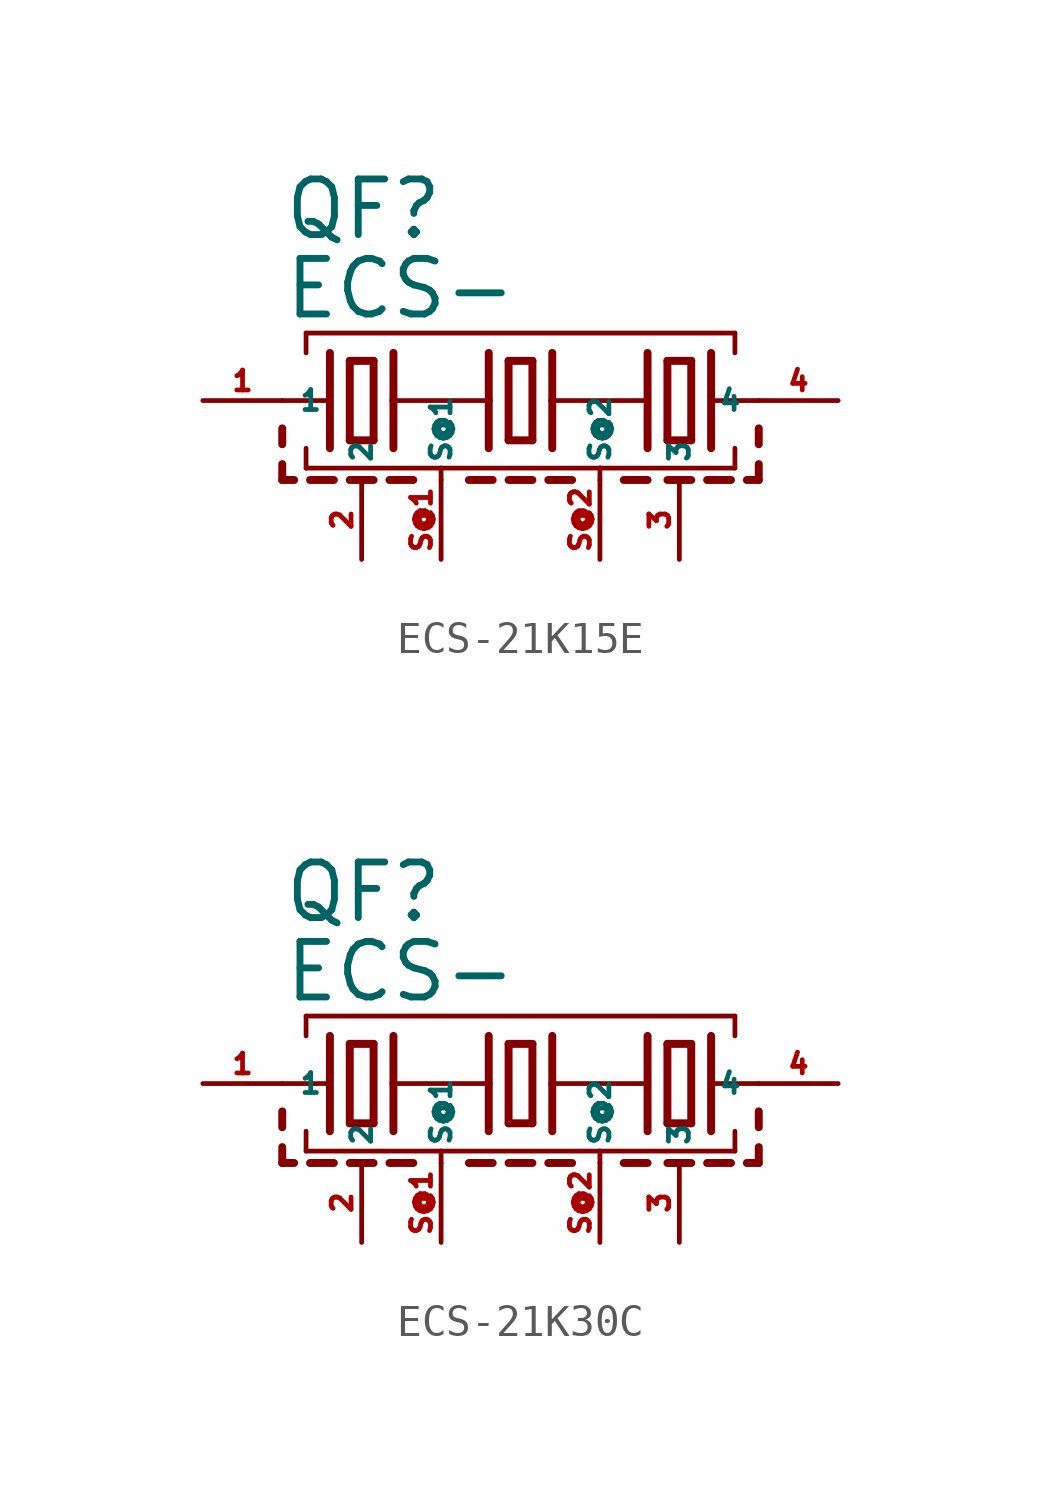
<source format=kicad_sym>
(kicad_symbol_lib
  (version 20220914)
  (generator Eagle2Kicad)
  (symbol "ECS-21K15E"
    (property "Reference" "QF"
      (at -7.62 5.08 0)
      (effects (font (size 1.778 1.778) (thickness 0.22)) (justify left bottom)))
    (property "Value" "ECS-"
      (at -7.62 2.54 0)
      (effects (font (size 1.778 1.778) (thickness 0.22)) (justify left bottom)))
    (polyline
      (pts (xy 6.096 0) (xy 7.62 0))
      (stroke (width 0.152) (type default))
      (fill (type none)))
    (polyline
      (pts (xy -7.62 0) (xy -6.096 0))
      (stroke (width 0.152) (type default))
      (fill (type none)))
    (polyline
      (pts (xy -0.381 1.27) (xy -0.381 -1.27))
      (stroke (width 0.254) (type default))
      (fill (type none)))
    (polyline
      (pts (xy -0.381 -1.27) (xy 0.381 -1.27))
      (stroke (width 0.254) (type default))
      (fill (type none)))
    (polyline
      (pts (xy 0.381 -1.27) (xy 0.381 1.27))
      (stroke (width 0.254) (type default))
      (fill (type none)))
    (polyline
      (pts (xy 0.381 1.27) (xy -0.381 1.27))
      (stroke (width 0.254) (type default))
      (fill (type none)))
    (polyline
      (pts (xy 6.096 1.524) (xy 6.096 -1.524))
      (stroke (width 0.254) (type default))
      (fill (type none)))
    (polyline
      (pts (xy -6.096 1.524) (xy -6.096 -1.524))
      (stroke (width 0.254) (type default))
      (fill (type none)))
    (polyline
      (pts (xy -6.858 1.524) (xy -6.858 2.159))
      (stroke (width 0.152) (type default))
      (fill (type none)))
    (polyline
      (pts (xy -6.858 2.159) (xy 6.858 2.159))
      (stroke (width 0.152) (type default))
      (fill (type none)))
    (polyline
      (pts (xy 6.858 2.159) (xy 6.858 1.524))
      (stroke (width 0.152) (type default))
      (fill (type none)))
    (polyline
      (pts (xy 6.858 -1.524) (xy 6.858 -2.159))
      (stroke (width 0.152) (type default))
      (fill (type none)))
    (polyline
      (pts (xy -6.858 -2.159) (xy -2.54 -2.159))
      (stroke (width 0.152) (type default))
      (fill (type none)))
    (polyline
      (pts (xy -2.54 -2.159) (xy 2.54 -2.159))
      (stroke (width 0.152) (type default))
      (fill (type none)))
    (polyline
      (pts (xy 2.54 -2.159) (xy 6.858 -2.159))
      (stroke (width 0.152) (type default))
      (fill (type none)))
    (polyline
      (pts (xy -6.858 -2.159) (xy -6.858 -1.524))
      (stroke (width 0.152) (type default))
      (fill (type none)))
    (polyline
      (pts (xy -1.016 1.524) (xy -1.016 0))
      (stroke (width 0.254) (type default))
      (fill (type none)))
    (polyline
      (pts (xy -1.016 0) (xy -1.016 -1.524))
      (stroke (width 0.254) (type default))
      (fill (type none)))
    (polyline
      (pts (xy 1.016 1.524) (xy 1.016 0))
      (stroke (width 0.254) (type default))
      (fill (type none)))
    (polyline
      (pts (xy 1.016 0) (xy 1.016 -1.524))
      (stroke (width 0.254) (type default))
      (fill (type none)))
    (polyline
      (pts (xy -4.699 1.27) (xy -5.461 1.27))
      (stroke (width 0.254) (type default))
      (fill (type none)))
    (polyline
      (pts (xy -5.461 -1.27) (xy -4.699 -1.27))
      (stroke (width 0.254) (type default))
      (fill (type none)))
    (polyline
      (pts (xy -5.461 1.27) (xy -5.461 -1.27))
      (stroke (width 0.254) (type default))
      (fill (type none)))
    (polyline
      (pts (xy -4.699 -1.27) (xy -4.699 1.27))
      (stroke (width 0.254) (type default))
      (fill (type none)))
    (polyline
      (pts (xy 5.461 -1.27) (xy 5.461 1.27))
      (stroke (width 0.254) (type default))
      (fill (type none)))
    (polyline
      (pts (xy 4.699 1.27) (xy 4.699 -1.27))
      (stroke (width 0.254) (type default))
      (fill (type none)))
    (polyline
      (pts (xy 5.461 1.27) (xy 4.699 1.27))
      (stroke (width 0.254) (type default))
      (fill (type none)))
    (polyline
      (pts (xy 4.699 -1.27) (xy 5.461 -1.27))
      (stroke (width 0.254) (type default))
      (fill (type none)))
    (polyline
      (pts (xy 4.064 1.524) (xy 4.064 -1.524))
      (stroke (width 0.254) (type default))
      (fill (type none)))
    (polyline
      (pts (xy -4.064 1.524) (xy -4.064 0))
      (stroke (width 0.254) (type default))
      (fill (type none)))
    (polyline
      (pts (xy -4.064 0) (xy -4.064 -1.524))
      (stroke (width 0.254) (type default))
      (fill (type none)))
    (polyline
      (pts (xy -4.064 0) (xy -1.016 0))
      (stroke (width 0.152) (type default))
      (fill (type none)))
    (polyline
      (pts (xy 1.016 0) (xy 4.064 0))
      (stroke (width 0.152) (type default))
      (fill (type none)))
    (polyline
      (pts (xy -7.62 -2.032) (xy -7.62 -2.54))
      (stroke (width 0.254) (type default))
      (fill (type none)))
    (polyline
      (pts (xy -7.62 -2.54) (xy -7.239 -2.54))
      (stroke (width 0.254) (type default))
      (fill (type none)))
    (polyline
      (pts (xy -5.461 -2.54) (xy -4.699 -2.54))
      (stroke (width 0.254) (type default))
      (fill (type none)))
    (polyline
      (pts (xy -6.731 -2.54) (xy -5.969 -2.54))
      (stroke (width 0.254) (type default))
      (fill (type none)))
    (polyline
      (pts (xy 4.699 -2.54) (xy 5.461 -2.54))
      (stroke (width 0.254) (type default))
      (fill (type none)))
    (polyline
      (pts (xy -4.191 -2.54) (xy -3.429 -2.54))
      (stroke (width 0.254) (type default))
      (fill (type none)))
    (polyline
      (pts (xy -1.651 -2.54) (xy -0.889 -2.54))
      (stroke (width 0.254) (type default))
      (fill (type none)))
    (polyline
      (pts (xy -0.381 -2.54) (xy 0.381 -2.54))
      (stroke (width 0.254) (type default))
      (fill (type none)))
    (polyline
      (pts (xy 0.889 -2.54) (xy 1.651 -2.54))
      (stroke (width 0.254) (type default))
      (fill (type none)))
    (polyline
      (pts (xy 3.302 -2.54) (xy 4.064 -2.54))
      (stroke (width 0.254) (type default))
      (fill (type none)))
    (polyline
      (pts (xy -2.54 -2.54) (xy -2.54 -2.159))
      (stroke (width 0.152) (type default))
      (fill (type none)))
    (polyline
      (pts (xy 2.54 -2.54) (xy 2.54 -2.159))
      (stroke (width 0.152) (type default))
      (fill (type none)))
    (polyline
      (pts (xy 7.62 -2.54) (xy 7.239 -2.54))
      (stroke (width 0.254) (type default))
      (fill (type none)))
    (polyline
      (pts (xy 6.731 -2.54) (xy 5.969 -2.54))
      (stroke (width 0.254) (type default))
      (fill (type none)))
    (polyline
      (pts (xy 7.62 -2.032) (xy 7.62 -2.54))
      (stroke (width 0.254) (type default))
      (fill (type none)))
    (polyline
      (pts (xy -7.62 -0.889) (xy -7.62 -1.397))
      (stroke (width 0.254) (type default))
      (fill (type none)))
    (polyline
      (pts (xy 7.62 -0.889) (xy 7.62 -1.397))
      (stroke (width 0.254) (type default))
      (fill (type none)))
    (pin passive line
      (at 10.16 0 180)
      (length 2.54)
      (name "4" (effects (font (size 0.635 0.635) (thickness 0.08)) (justify left bottom)))
      (number "4" (effects (font (size 0.635 0.635) (thickness 0.08)) (justify left bottom))))
    (pin passive line
      (at -10.16 0 0)
      (length 2.54)
      (name "1" (effects (font (size 0.635 0.635) (thickness 0.08)) (justify left bottom)))
      (number "1" (effects (font (size 0.635 0.635) (thickness 0.08)) (justify left bottom))))
    (pin passive line
      (at -5.08 -5.08 90)
      (length 2.54)
      (name "2" (effects (font (size 0.635 0.635) (thickness 0.08)) (justify left bottom)))
      (number "2" (effects (font (size 0.635 0.635) (thickness 0.08)) (justify left bottom))))
    (pin passive line
      (at 5.08 -5.08 90)
      (length 2.54)
      (name "3" (effects (font (size 0.635 0.635) (thickness 0.08)) (justify left bottom)))
      (number "3" (effects (font (size 0.635 0.635) (thickness 0.08)) (justify left bottom))))
    (pin passive line
      (at -2.54 -5.08 90)
      (length 2.54)
      (name "S@1" (effects (font (size 0.635 0.635) (thickness 0.08)) (justify left bottom)))
      (number "S@1" (effects (font (size 0.635 0.635) (thickness 0.08)) (justify left bottom))))
    (pin passive line
      (at 2.54 -5.08 90)
      (length 2.54)
      (name "S@2" (effects (font (size 0.635 0.635) (thickness 0.08)) (justify left bottom)))
      (number "S@2" (effects (font (size 0.635 0.635) (thickness 0.08)) (justify left bottom)))))
  (symbol "ECS-21K30C"
    (property "Reference" "QF"
      (at -7.62 5.08 0)
      (effects (font (size 1.778 1.778) (thickness 0.22)) (justify left bottom)))
    (property "Value" "ECS-"
      (at -7.62 2.54 0)
      (effects (font (size 1.778 1.778) (thickness 0.22)) (justify left bottom)))
    (polyline
      (pts (xy 6.096 0) (xy 7.62 0))
      (stroke (width 0.152) (type default))
      (fill (type none)))
    (polyline
      (pts (xy -7.62 0) (xy -6.096 0))
      (stroke (width 0.152) (type default))
      (fill (type none)))
    (polyline
      (pts (xy -0.381 1.27) (xy -0.381 -1.27))
      (stroke (width 0.254) (type default))
      (fill (type none)))
    (polyline
      (pts (xy -0.381 -1.27) (xy 0.381 -1.27))
      (stroke (width 0.254) (type default))
      (fill (type none)))
    (polyline
      (pts (xy 0.381 -1.27) (xy 0.381 1.27))
      (stroke (width 0.254) (type default))
      (fill (type none)))
    (polyline
      (pts (xy 0.381 1.27) (xy -0.381 1.27))
      (stroke (width 0.254) (type default))
      (fill (type none)))
    (polyline
      (pts (xy 6.096 1.524) (xy 6.096 -1.524))
      (stroke (width 0.254) (type default))
      (fill (type none)))
    (polyline
      (pts (xy -6.096 1.524) (xy -6.096 -1.524))
      (stroke (width 0.254) (type default))
      (fill (type none)))
    (polyline
      (pts (xy -6.858 1.524) (xy -6.858 2.159))
      (stroke (width 0.152) (type default))
      (fill (type none)))
    (polyline
      (pts (xy -6.858 2.159) (xy 6.858 2.159))
      (stroke (width 0.152) (type default))
      (fill (type none)))
    (polyline
      (pts (xy 6.858 2.159) (xy 6.858 1.524))
      (stroke (width 0.152) (type default))
      (fill (type none)))
    (polyline
      (pts (xy 6.858 -1.524) (xy 6.858 -2.159))
      (stroke (width 0.152) (type default))
      (fill (type none)))
    (polyline
      (pts (xy -6.858 -2.159) (xy -2.54 -2.159))
      (stroke (width 0.152) (type default))
      (fill (type none)))
    (polyline
      (pts (xy -2.54 -2.159) (xy 2.54 -2.159))
      (stroke (width 0.152) (type default))
      (fill (type none)))
    (polyline
      (pts (xy 2.54 -2.159) (xy 6.858 -2.159))
      (stroke (width 0.152) (type default))
      (fill (type none)))
    (polyline
      (pts (xy -6.858 -2.159) (xy -6.858 -1.524))
      (stroke (width 0.152) (type default))
      (fill (type none)))
    (polyline
      (pts (xy -1.016 1.524) (xy -1.016 0))
      (stroke (width 0.254) (type default))
      (fill (type none)))
    (polyline
      (pts (xy -1.016 0) (xy -1.016 -1.524))
      (stroke (width 0.254) (type default))
      (fill (type none)))
    (polyline
      (pts (xy 1.016 1.524) (xy 1.016 0))
      (stroke (width 0.254) (type default))
      (fill (type none)))
    (polyline
      (pts (xy 1.016 0) (xy 1.016 -1.524))
      (stroke (width 0.254) (type default))
      (fill (type none)))
    (polyline
      (pts (xy -4.699 1.27) (xy -5.461 1.27))
      (stroke (width 0.254) (type default))
      (fill (type none)))
    (polyline
      (pts (xy -5.461 -1.27) (xy -4.699 -1.27))
      (stroke (width 0.254) (type default))
      (fill (type none)))
    (polyline
      (pts (xy -5.461 1.27) (xy -5.461 -1.27))
      (stroke (width 0.254) (type default))
      (fill (type none)))
    (polyline
      (pts (xy -4.699 -1.27) (xy -4.699 1.27))
      (stroke (width 0.254) (type default))
      (fill (type none)))
    (polyline
      (pts (xy 5.461 -1.27) (xy 5.461 1.27))
      (stroke (width 0.254) (type default))
      (fill (type none)))
    (polyline
      (pts (xy 4.699 1.27) (xy 4.699 -1.27))
      (stroke (width 0.254) (type default))
      (fill (type none)))
    (polyline
      (pts (xy 5.461 1.27) (xy 4.699 1.27))
      (stroke (width 0.254) (type default))
      (fill (type none)))
    (polyline
      (pts (xy 4.699 -1.27) (xy 5.461 -1.27))
      (stroke (width 0.254) (type default))
      (fill (type none)))
    (polyline
      (pts (xy 4.064 1.524) (xy 4.064 -1.524))
      (stroke (width 0.254) (type default))
      (fill (type none)))
    (polyline
      (pts (xy -4.064 1.524) (xy -4.064 0))
      (stroke (width 0.254) (type default))
      (fill (type none)))
    (polyline
      (pts (xy -4.064 0) (xy -4.064 -1.524))
      (stroke (width 0.254) (type default))
      (fill (type none)))
    (polyline
      (pts (xy -4.064 0) (xy -1.016 0))
      (stroke (width 0.152) (type default))
      (fill (type none)))
    (polyline
      (pts (xy 1.016 0) (xy 4.064 0))
      (stroke (width 0.152) (type default))
      (fill (type none)))
    (polyline
      (pts (xy -7.62 -2.032) (xy -7.62 -2.54))
      (stroke (width 0.254) (type default))
      (fill (type none)))
    (polyline
      (pts (xy -7.62 -2.54) (xy -7.239 -2.54))
      (stroke (width 0.254) (type default))
      (fill (type none)))
    (polyline
      (pts (xy -5.461 -2.54) (xy -4.699 -2.54))
      (stroke (width 0.254) (type default))
      (fill (type none)))
    (polyline
      (pts (xy -6.731 -2.54) (xy -5.969 -2.54))
      (stroke (width 0.254) (type default))
      (fill (type none)))
    (polyline
      (pts (xy 4.699 -2.54) (xy 5.461 -2.54))
      (stroke (width 0.254) (type default))
      (fill (type none)))
    (polyline
      (pts (xy -4.191 -2.54) (xy -3.429 -2.54))
      (stroke (width 0.254) (type default))
      (fill (type none)))
    (polyline
      (pts (xy -1.651 -2.54) (xy -0.889 -2.54))
      (stroke (width 0.254) (type default))
      (fill (type none)))
    (polyline
      (pts (xy -0.381 -2.54) (xy 0.381 -2.54))
      (stroke (width 0.254) (type default))
      (fill (type none)))
    (polyline
      (pts (xy 0.889 -2.54) (xy 1.651 -2.54))
      (stroke (width 0.254) (type default))
      (fill (type none)))
    (polyline
      (pts (xy 3.302 -2.54) (xy 4.064 -2.54))
      (stroke (width 0.254) (type default))
      (fill (type none)))
    (polyline
      (pts (xy -2.54 -2.54) (xy -2.54 -2.159))
      (stroke (width 0.152) (type default))
      (fill (type none)))
    (polyline
      (pts (xy 2.54 -2.54) (xy 2.54 -2.159))
      (stroke (width 0.152) (type default))
      (fill (type none)))
    (polyline
      (pts (xy 7.62 -2.54) (xy 7.239 -2.54))
      (stroke (width 0.254) (type default))
      (fill (type none)))
    (polyline
      (pts (xy 6.731 -2.54) (xy 5.969 -2.54))
      (stroke (width 0.254) (type default))
      (fill (type none)))
    (polyline
      (pts (xy 7.62 -2.032) (xy 7.62 -2.54))
      (stroke (width 0.254) (type default))
      (fill (type none)))
    (polyline
      (pts (xy -7.62 -0.889) (xy -7.62 -1.397))
      (stroke (width 0.254) (type default))
      (fill (type none)))
    (polyline
      (pts (xy 7.62 -0.889) (xy 7.62 -1.397))
      (stroke (width 0.254) (type default))
      (fill (type none)))
    (pin passive line
      (at 10.16 0 180)
      (length 2.54)
      (name "4" (effects (font (size 0.635 0.635) (thickness 0.08)) (justify left bottom)))
      (number "4" (effects (font (size 0.635 0.635) (thickness 0.08)) (justify left bottom))))
    (pin passive line
      (at -10.16 0 0)
      (length 2.54)
      (name "1" (effects (font (size 0.635 0.635) (thickness 0.08)) (justify left bottom)))
      (number "1" (effects (font (size 0.635 0.635) (thickness 0.08)) (justify left bottom))))
    (pin passive line
      (at -5.08 -5.08 90)
      (length 2.54)
      (name "2" (effects (font (size 0.635 0.635) (thickness 0.08)) (justify left bottom)))
      (number "2" (effects (font (size 0.635 0.635) (thickness 0.08)) (justify left bottom))))
    (pin passive line
      (at 5.08 -5.08 90)
      (length 2.54)
      (name "3" (effects (font (size 0.635 0.635) (thickness 0.08)) (justify left bottom)))
      (number "3" (effects (font (size 0.635 0.635) (thickness 0.08)) (justify left bottom))))
    (pin passive line
      (at -2.54 -5.08 90)
      (length 2.54)
      (name "S@1" (effects (font (size 0.635 0.635) (thickness 0.08)) (justify left bottom)))
      (number "S@1" (effects (font (size 0.635 0.635) (thickness 0.08)) (justify left bottom))))
    (pin passive line
      (at 2.54 -5.08 90)
      (length 2.54)
      (name "S@2" (effects (font (size 0.635 0.635) (thickness 0.08)) (justify left bottom)))
      (number "S@2" (effects (font (size 0.635 0.635) (thickness 0.08)) (justify left bottom))))))
</source>
